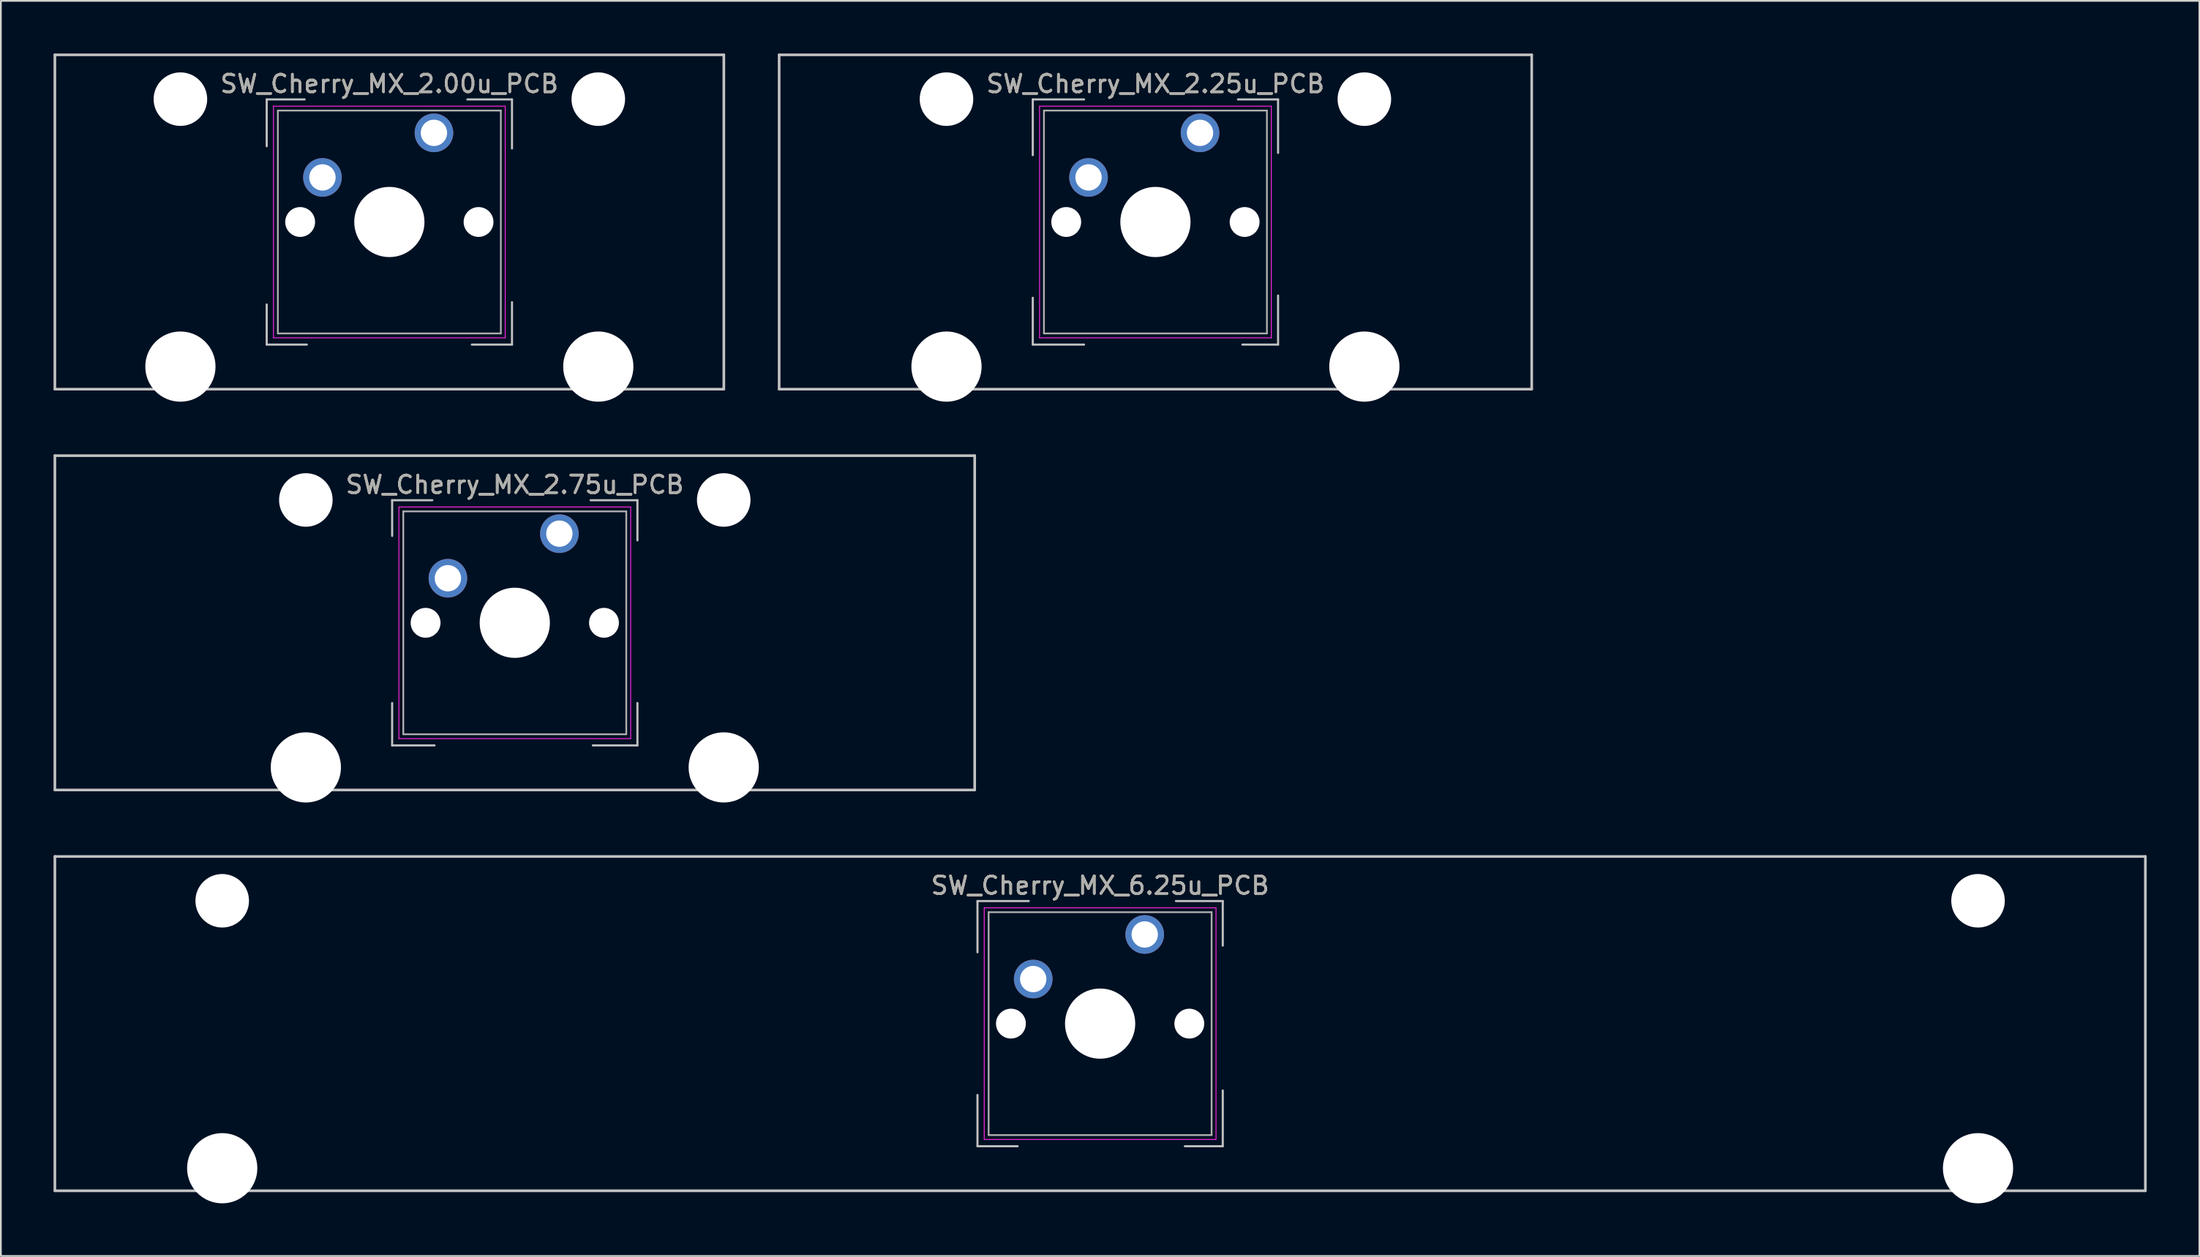
<source format=kicad_pcb>
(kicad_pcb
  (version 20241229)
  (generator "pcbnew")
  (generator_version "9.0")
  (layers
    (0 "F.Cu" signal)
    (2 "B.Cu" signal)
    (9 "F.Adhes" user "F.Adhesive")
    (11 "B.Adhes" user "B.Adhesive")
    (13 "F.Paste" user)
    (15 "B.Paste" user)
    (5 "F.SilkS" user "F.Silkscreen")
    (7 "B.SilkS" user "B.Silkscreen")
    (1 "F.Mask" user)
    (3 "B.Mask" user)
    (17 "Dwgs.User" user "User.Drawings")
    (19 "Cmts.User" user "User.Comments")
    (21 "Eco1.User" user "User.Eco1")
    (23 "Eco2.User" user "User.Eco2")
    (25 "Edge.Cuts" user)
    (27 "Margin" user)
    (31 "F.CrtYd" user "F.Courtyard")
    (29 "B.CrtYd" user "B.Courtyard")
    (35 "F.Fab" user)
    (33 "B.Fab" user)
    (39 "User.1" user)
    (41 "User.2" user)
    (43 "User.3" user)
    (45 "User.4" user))
  (footprint "SW_Cherry_MX_2.00u_PCB"
    (layer "F.Cu")
    (at 21.665 4.52)
    (property "Reference" "SW_Cherry_MX_2.00u_PCB" (at -2.54 -2.794 0) (layer "F.SilkS") (effects (font (size 1 1) (thickness 0.15))))
    (attr through_hole)
    (fp_line (start -21.59 -4.445) (end 16.51 -4.445) (stroke (width 0.15) (type solid)) (layer "Dwgs.User"))
    (fp_line (start -21.59 14.605) (end -21.59 -4.445) (stroke (width 0.15) (type solid)) (layer "Dwgs.User"))
    (fp_line (start -9.525 -1.905) (end -7.366 -1.905) (stroke (width 0.12) (type solid)) (layer "Dwgs.User"))
    (fp_line (start -9.525 0.762) (end -9.525 -1.905) (stroke (width 0.12) (type solid)) (layer "Dwgs.User"))
    (fp_line (start -9.525 12.065) (end -9.525 9.779) (stroke (width 0.12) (type solid)) (layer "Dwgs.User"))
    (fp_line (start -7.239 12.065) (end -9.525 12.065) (stroke (width 0.12) (type solid)) (layer "Dwgs.User"))
    (fp_line (start 1.905 -1.905) (end 4.445 -1.905) (stroke (width 0.12) (type solid)) (layer "Dwgs.User"))
    (fp_line (start 4.445 -1.905) (end 4.445 0.889) (stroke (width 0.12) (type solid)) (layer "Dwgs.User"))
    (fp_line (start 4.445 12.065) (end 2.159 12.065) (stroke (width 0.12) (type solid)) (layer "Dwgs.User"))
    (fp_line (start 4.445 12.065) (end 4.445 9.652) (stroke (width 0.12) (type solid)) (layer "Dwgs.User"))
    (fp_line (start 16.51 -4.445) (end 16.51 14.605) (stroke (width 0.15) (type solid)) (layer "Dwgs.User"))
    (fp_line (start 16.51 14.605) (end -21.59 14.605) (stroke (width 0.15) (type solid)) (layer "Dwgs.User"))
    (fp_line (start -9.14 -1.52) (end 4.06 -1.52) (stroke (width 0.05) (type solid)) (layer "F.CrtYd"))
    (fp_line (start -9.14 11.68) (end -9.14 -1.52) (stroke (width 0.05) (type solid)) (layer "F.CrtYd"))
    (fp_line (start 4.06 -1.52) (end 4.06 11.68) (stroke (width 0.05) (type solid)) (layer "F.CrtYd"))
    (fp_line (start 4.06 11.68) (end -9.14 11.68) (stroke (width 0.05) (type solid)) (layer "F.CrtYd"))
    (fp_line (start -8.89 -1.27) (end 3.81 -1.27) (stroke (width 0.1) (type solid)) (layer "F.Fab"))
    (fp_line (start -8.89 11.43) (end -8.89 -1.27) (stroke (width 0.1) (type solid)) (layer "F.Fab"))
    (fp_line (start 3.81 -1.27) (end 3.81 11.43) (stroke (width 0.1) (type solid)) (layer "F.Fab"))
    (fp_line (start 3.81 11.43) (end -8.89 11.43) (stroke (width 0.1) (type solid)) (layer "F.Fab"))
    (fp_text user "${REFERENCE}" (at -2.54 -2.794 0) (layer "F.Fab") (effects (font (size 1 1) (thickness 0.15))))
    (pad "" np_thru_hole circle (at -14.44 -1.92) (size 3.05 3.05) (drill 3.05) (layers "*.Cu" "*.Mask"))
    (pad "" np_thru_hole circle (at -14.44 13.32) (size 4 4) (drill 4) (layers "*.Cu" "*.Mask"))
    (pad "" np_thru_hole circle (at -7.62 5.08) (size 1.7 1.7) (drill 1.7) (layers "*.Cu" "*.Mask"))
    (pad "" np_thru_hole circle (at -2.54 5.08) (size 4 4) (drill 4) (layers "*.Cu" "*.Mask"))
    (pad "" np_thru_hole circle (at 2.54 5.08) (size 1.7 1.7) (drill 1.7) (layers "*.Cu" "*.Mask"))
    (pad "" np_thru_hole circle (at 9.36 -1.92) (size 3.05 3.05) (drill 3.05) (layers "*.Cu" "*.Mask"))
    (pad "" np_thru_hole circle (at 9.36 13.32) (size 4 4) (drill 4) (layers "*.Cu" "*.Mask"))
    (pad "1" thru_hole circle (at -6.35 2.54) (size 2.2 2.2) (drill 1.5) (layers "*.Cu" "*.Mask"))
    (pad "2" thru_hole circle (at 0 0) (size 2.2 2.2) (drill 1.5) (layers "*.Cu" "*.Mask")))
  (footprint "SW_Cherry_MX_2.25u_PCB"
    (layer "F.Cu")
    (at 65.296 4.52)
    (property "Reference" "SW_Cherry_MX_2.25u_PCB" (at -2.54 -2.794 0) (layer "F.SilkS") (effects (font (size 1 1) (thickness 0.15))))
    (attr through_hole)
    (fp_line (start -23.971 -4.445) (end 18.891 -4.445) (stroke (width 0.15) (type solid)) (layer "Dwgs.User"))
    (fp_line (start -23.971 14.605) (end -23.971 -4.445) (stroke (width 0.15) (type solid)) (layer "Dwgs.User"))
    (fp_line (start -9.525 -1.905) (end -9.525 1.27) (stroke (width 0.12) (type solid)) (layer "Dwgs.User"))
    (fp_line (start -9.525 -1.905) (end -6.604 -1.905) (stroke (width 0.12) (type solid)) (layer "Dwgs.User"))
    (fp_line (start -9.525 12.065) (end -9.525 9.398) (stroke (width 0.12) (type solid)) (layer "Dwgs.User"))
    (fp_line (start -6.604 12.065) (end -9.525 12.065) (stroke (width 0.12) (type solid)) (layer "Dwgs.User"))
    (fp_line (start 4.445 -1.905) (end 2.159 -1.905) (stroke (width 0.12) (type solid)) (layer "Dwgs.User"))
    (fp_line (start 4.445 -1.905) (end 4.445 1.143) (stroke (width 0.12) (type solid)) (layer "Dwgs.User"))
    (fp_line (start 4.445 9.271) (end 4.445 12.065) (stroke (width 0.12) (type solid)) (layer "Dwgs.User"))
    (fp_line (start 4.445 12.065) (end 2.413 12.065) (stroke (width 0.12) (type solid)) (layer "Dwgs.User"))
    (fp_line (start 18.891 -4.445) (end 18.891 14.605) (stroke (width 0.15) (type solid)) (layer "Dwgs.User"))
    (fp_line (start 18.891 14.605) (end -23.971 14.605) (stroke (width 0.15) (type solid)) (layer "Dwgs.User"))
    (fp_line (start -9.14 -1.52) (end 4.06 -1.52) (stroke (width 0.05) (type solid)) (layer "F.CrtYd"))
    (fp_line (start -9.14 11.68) (end -9.14 -1.52) (stroke (width 0.05) (type solid)) (layer "F.CrtYd"))
    (fp_line (start 4.06 -1.52) (end 4.06 11.68) (stroke (width 0.05) (type solid)) (layer "F.CrtYd"))
    (fp_line (start 4.06 11.68) (end -9.14 11.68) (stroke (width 0.05) (type solid)) (layer "F.CrtYd"))
    (fp_line (start -8.89 -1.27) (end 3.81 -1.27) (stroke (width 0.1) (type solid)) (layer "F.Fab"))
    (fp_line (start -8.89 11.43) (end -8.89 -1.27) (stroke (width 0.1) (type solid)) (layer "F.Fab"))
    (fp_line (start 3.81 -1.27) (end 3.81 11.43) (stroke (width 0.1) (type solid)) (layer "F.Fab"))
    (fp_line (start 3.81 11.43) (end -8.89 11.43) (stroke (width 0.1) (type solid)) (layer "F.Fab"))
    (fp_text user "${REFERENCE}" (at -2.54 -2.794 0) (layer "F.Fab") (effects (font (size 1 1) (thickness 0.15))))
    (pad "" np_thru_hole circle (at -14.44 -1.92) (size 3.05 3.05) (drill 3.05) (layers "*.Cu" "*.Mask"))
    (pad "" np_thru_hole circle (at -14.44 13.32) (size 4 4) (drill 4) (layers "*.Cu" "*.Mask"))
    (pad "" np_thru_hole circle (at -7.62 5.08) (size 1.7 1.7) (drill 1.7) (layers "*.Cu" "*.Mask"))
    (pad "" np_thru_hole circle (at -2.54 5.08) (size 4 4) (drill 4) (layers "*.Cu" "*.Mask"))
    (pad "" np_thru_hole circle (at 2.54 5.08) (size 1.7 1.7) (drill 1.7) (layers "*.Cu" "*.Mask"))
    (pad "" np_thru_hole circle (at 9.36 -1.92) (size 3.05 3.05) (drill 3.05) (layers "*.Cu" "*.Mask"))
    (pad "" np_thru_hole circle (at 9.36 13.32) (size 4 4) (drill 4) (layers "*.Cu" "*.Mask"))
    (pad "1" thru_hole circle (at -6.35 2.54) (size 2.2 2.2) (drill 1.5) (layers "*.Cu" "*.Mask"))
    (pad "2" thru_hole circle (at 0 0) (size 2.2 2.2) (drill 1.5) (layers "*.Cu" "*.Mask")))
  (footprint "SW_Cherry_MX_2.75u_PCB"
    (layer "F.Cu")
    (at 28.809 27.36)
    (property "Reference" "SW_Cherry_MX_2.75u_PCB" (at -2.54 -2.794 0) (layer "F.SilkS") (effects (font (size 1 1) (thickness 0.15))))
    (attr through_hole)
    (fp_line (start -28.734 -4.445) (end 23.654 -4.445) (stroke (width 0.15) (type solid)) (layer "Dwgs.User"))
    (fp_line (start -28.734 14.605) (end -28.734 -4.445) (stroke (width 0.15) (type solid)) (layer "Dwgs.User"))
    (fp_line (start -9.525 -1.905) (end -7.239 -1.905) (stroke (width 0.12) (type solid)) (layer "Dwgs.User"))
    (fp_line (start -9.525 0.127) (end -9.525 -1.905) (stroke (width 0.12) (type solid)) (layer "Dwgs.User"))
    (fp_line (start -9.525 12.065) (end -9.525 9.652) (stroke (width 0.12) (type solid)) (layer "Dwgs.User"))
    (fp_line (start -7.112 12.065) (end -9.525 12.065) (stroke (width 0.12) (type solid)) (layer "Dwgs.User"))
    (fp_line (start 1.778 -1.905) (end 4.445 -1.905) (stroke (width 0.12) (type solid)) (layer "Dwgs.User"))
    (fp_line (start 4.445 -1.905) (end 4.445 0.381) (stroke (width 0.12) (type solid)) (layer "Dwgs.User"))
    (fp_line (start 4.445 12.065) (end 1.905 12.065) (stroke (width 0.12) (type solid)) (layer "Dwgs.User"))
    (fp_line (start 4.445 12.065) (end 4.445 9.652) (stroke (width 0.12) (type solid)) (layer "Dwgs.User"))
    (fp_line (start 23.654 -4.445) (end 23.654 14.605) (stroke (width 0.15) (type solid)) (layer "Dwgs.User"))
    (fp_line (start 23.654 14.605) (end -28.734 14.605) (stroke (width 0.15) (type solid)) (layer "Dwgs.User"))
    (fp_line (start -9.14 -1.52) (end 4.06 -1.52) (stroke (width 0.05) (type solid)) (layer "F.CrtYd"))
    (fp_line (start -9.14 11.68) (end -9.14 -1.52) (stroke (width 0.05) (type solid)) (layer "F.CrtYd"))
    (fp_line (start 4.06 -1.52) (end 4.06 11.68) (stroke (width 0.05) (type solid)) (layer "F.CrtYd"))
    (fp_line (start 4.06 11.68) (end -9.14 11.68) (stroke (width 0.05) (type solid)) (layer "F.CrtYd"))
    (fp_line (start -8.89 -1.27) (end 3.81 -1.27) (stroke (width 0.1) (type solid)) (layer "F.Fab"))
    (fp_line (start -8.89 11.43) (end -8.89 -1.27) (stroke (width 0.1) (type solid)) (layer "F.Fab"))
    (fp_line (start 3.81 -1.27) (end 3.81 11.43) (stroke (width 0.1) (type solid)) (layer "F.Fab"))
    (fp_line (start 3.81 11.43) (end -8.89 11.43) (stroke (width 0.1) (type solid)) (layer "F.Fab"))
    (fp_text user "${REFERENCE}" (at -2.54 -2.794 0) (layer "F.Fab") (effects (font (size 1 1) (thickness 0.15))))
    (pad "" np_thru_hole circle (at -14.44 -1.92) (size 3.05 3.05) (drill 3.05) (layers "*.Cu" "*.Mask"))
    (pad "" np_thru_hole circle (at -14.44 13.32) (size 4 4) (drill 4) (layers "*.Cu" "*.Mask"))
    (pad "" np_thru_hole circle (at -7.62 5.08) (size 1.7 1.7) (drill 1.7) (layers "*.Cu" "*.Mask"))
    (pad "" np_thru_hole circle (at -2.54 5.08) (size 4 4) (drill 4) (layers "*.Cu" "*.Mask"))
    (pad "" np_thru_hole circle (at 2.54 5.08) (size 1.7 1.7) (drill 1.7) (layers "*.Cu" "*.Mask"))
    (pad "" np_thru_hole circle (at 9.36 -1.92) (size 3.05 3.05) (drill 3.05) (layers "*.Cu" "*.Mask"))
    (pad "" np_thru_hole circle (at 9.36 13.32) (size 4 4) (drill 4) (layers "*.Cu" "*.Mask"))
    (pad "1" thru_hole circle (at -6.35 2.54) (size 2.2 2.2) (drill 1.5) (layers "*.Cu" "*.Mask"))
    (pad "2" thru_hole circle (at 0 0) (size 2.2 2.2) (drill 1.5) (layers "*.Cu" "*.Mask")))
  (footprint "SW_Cherry_MX_6.25u_PCB"
    (layer "F.Cu")
    (at 62.146 50.2)
    (property "Reference" "SW_Cherry_MX_6.25u_PCB" (at -2.54 -2.794 0) (layer "F.SilkS") (effects (font (size 1 1) (thickness 0.15))))
    (attr through_hole)
    (fp_line (start -62.071 -4.445) (end 56.991 -4.445) (stroke (width 0.15) (type solid)) (layer "Dwgs.User"))
    (fp_line (start -62.071 14.605) (end -62.071 -4.445) (stroke (width 0.15) (type solid)) (layer "Dwgs.User"))
    (fp_line (start -9.525 -1.905) (end -6.604 -1.905) (stroke (width 0.12) (type solid)) (layer "Dwgs.User"))
    (fp_line (start -9.525 1.016) (end -9.525 -1.905) (stroke (width 0.12) (type solid)) (layer "Dwgs.User"))
    (fp_line (start -9.525 12.065) (end -9.525 9.144) (stroke (width 0.12) (type solid)) (layer "Dwgs.User"))
    (fp_line (start -7.239 12.065) (end -9.525 12.065) (stroke (width 0.12) (type solid)) (layer "Dwgs.User"))
    (fp_line (start 4.445 -1.905) (end 1.778 -1.905) (stroke (width 0.12) (type solid)) (layer "Dwgs.User"))
    (fp_line (start 4.445 -1.905) (end 4.445 0.635) (stroke (width 0.12) (type solid)) (layer "Dwgs.User"))
    (fp_line (start 4.445 12.065) (end 2.286 12.065) (stroke (width 0.12) (type solid)) (layer "Dwgs.User"))
    (fp_line (start 4.445 12.065) (end 4.445 8.89) (stroke (width 0.12) (type solid)) (layer "Dwgs.User"))
    (fp_line (start 56.991 -4.445) (end 56.991 14.605) (stroke (width 0.15) (type solid)) (layer "Dwgs.User"))
    (fp_line (start 56.991 14.605) (end -62.071 14.605) (stroke (width 0.15) (type solid)) (layer "Dwgs.User"))
    (fp_line (start -9.14 -1.52) (end 4.06 -1.52) (stroke (width 0.05) (type solid)) (layer "F.CrtYd"))
    (fp_line (start -9.14 11.68) (end -9.14 -1.52) (stroke (width 0.05) (type solid)) (layer "F.CrtYd"))
    (fp_line (start 4.06 -1.52) (end 4.06 11.68) (stroke (width 0.05) (type solid)) (layer "F.CrtYd"))
    (fp_line (start 4.06 11.68) (end -9.14 11.68) (stroke (width 0.05) (type solid)) (layer "F.CrtYd"))
    (fp_line (start -8.89 -1.27) (end 3.81 -1.27) (stroke (width 0.1) (type solid)) (layer "F.Fab"))
    (fp_line (start -8.89 11.43) (end -8.89 -1.27) (stroke (width 0.1) (type solid)) (layer "F.Fab"))
    (fp_line (start 3.81 -1.27) (end 3.81 11.43) (stroke (width 0.1) (type solid)) (layer "F.Fab"))
    (fp_line (start 3.81 11.43) (end -8.89 11.43) (stroke (width 0.1) (type solid)) (layer "F.Fab"))
    (fp_text user "${REFERENCE}" (at -2.54 -2.794 0) (layer "F.Fab") (effects (font (size 1 1) (thickness 0.15))))
    (pad "" np_thru_hole circle (at -52.54 -1.92) (size 3.05 3.05) (drill 3.05) (layers "*.Cu" "*.Mask"))
    (pad "" np_thru_hole circle (at -52.54 13.32) (size 4 4) (drill 4) (layers "*.Cu" "*.Mask"))
    (pad "" np_thru_hole circle (at -7.62 5.08) (size 1.7 1.7) (drill 1.7) (layers "*.Cu" "*.Mask"))
    (pad "" np_thru_hole circle (at -2.54 5.08) (size 4 4) (drill 4) (layers "*.Cu" "*.Mask"))
    (pad "" np_thru_hole circle (at 2.54 5.08) (size 1.7 1.7) (drill 1.7) (layers "*.Cu" "*.Mask"))
    (pad "" np_thru_hole circle (at 47.46 -1.92) (size 3.05 3.05) (drill 3.05) (layers "*.Cu" "*.Mask"))
    (pad "" np_thru_hole circle (at 47.46 13.32) (size 4 4) (drill 4) (layers "*.Cu" "*.Mask"))
    (pad "1" thru_hole circle (at -6.35 2.54) (size 2.2 2.2) (drill 1.5) (layers "*.Cu" "*.Mask"))
    (pad "2" thru_hole circle (at 0 0) (size 2.2 2.2) (drill 1.5) (layers "*.Cu" "*.Mask")))
  (gr_rect
    (start -3 -3)
    (end 122.213 68.52)
    (stroke (width 0.1) (type default))
    (fill no)
    (layer "Edge.Cuts")))
</source>
